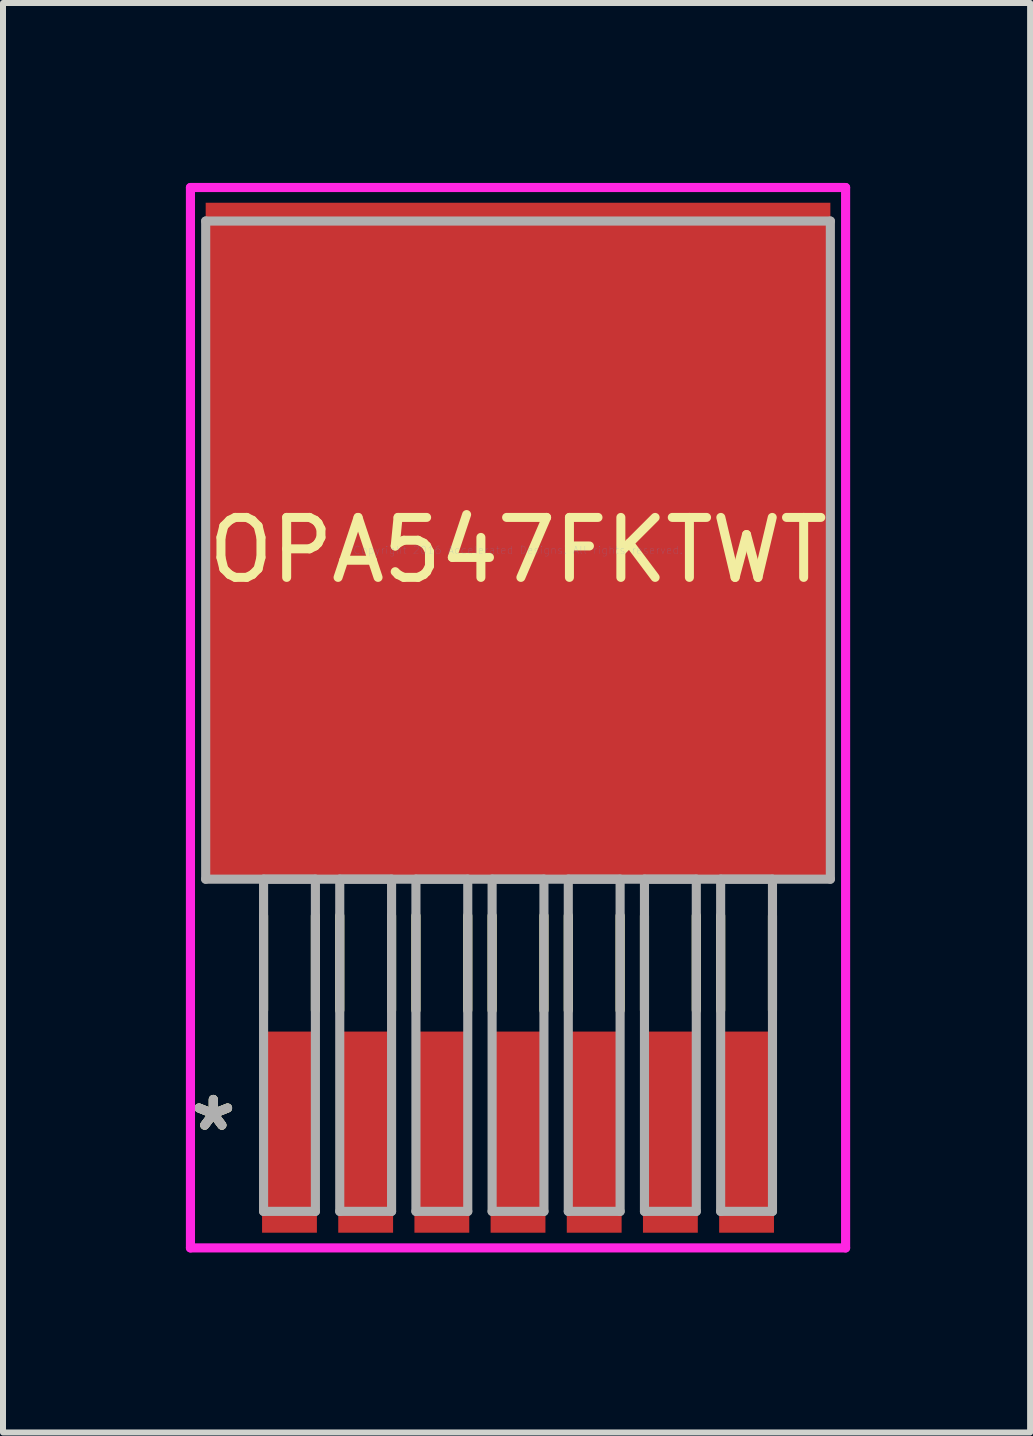
<source format=kicad_pcb>
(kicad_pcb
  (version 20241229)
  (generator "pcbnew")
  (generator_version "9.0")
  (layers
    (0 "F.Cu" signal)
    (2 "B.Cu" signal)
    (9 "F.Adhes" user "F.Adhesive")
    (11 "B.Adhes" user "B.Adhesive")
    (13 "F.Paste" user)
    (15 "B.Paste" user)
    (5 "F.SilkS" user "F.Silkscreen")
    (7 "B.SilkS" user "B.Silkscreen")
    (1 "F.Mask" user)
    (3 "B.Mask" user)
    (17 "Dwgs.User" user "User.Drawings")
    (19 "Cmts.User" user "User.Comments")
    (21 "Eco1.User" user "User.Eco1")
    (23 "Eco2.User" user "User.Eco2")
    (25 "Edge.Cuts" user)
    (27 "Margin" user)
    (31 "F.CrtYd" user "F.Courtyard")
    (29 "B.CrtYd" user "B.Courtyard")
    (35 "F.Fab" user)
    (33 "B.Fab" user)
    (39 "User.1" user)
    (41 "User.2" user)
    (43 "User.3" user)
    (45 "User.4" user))
  (footprint "OPA547FKTWT"
    (layer "F.Cu")
    (at 5.586 6.121)
    (property "Reference" "OPA547FKTWT" (at 0 0 0) (layer "F.SilkS") (effects (font (size 1 1) (thickness 0.15))))
    (attr through_hole)
    (fp_line (start -4.242 6.096) (end -4.242 7.671) (stroke (width 0.152) (type solid)) (layer "F.SilkS"))
    (fp_line (start -3.378 6.096) (end -3.378 7.671) (stroke (width 0.152) (type solid)) (layer "F.SilkS"))
    (fp_line (start -2.972 6.096) (end -2.972 7.671) (stroke (width 0.152) (type solid)) (layer "F.SilkS"))
    (fp_line (start -2.108 6.096) (end -2.108 7.671) (stroke (width 0.152) (type solid)) (layer "F.SilkS"))
    (fp_line (start -1.702 6.096) (end -1.702 7.671) (stroke (width 0.152) (type solid)) (layer "F.SilkS"))
    (fp_line (start -0.838 6.096) (end -0.838 7.671) (stroke (width 0.152) (type solid)) (layer "F.SilkS"))
    (fp_line (start -0.432 6.096) (end -0.432 7.671) (stroke (width 0.152) (type solid)) (layer "F.SilkS"))
    (fp_line (start 0.432 6.096) (end 0.432 7.671) (stroke (width 0.152) (type solid)) (layer "F.SilkS"))
    (fp_line (start 0.838 6.096) (end 0.838 7.671) (stroke (width 0.152) (type solid)) (layer "F.SilkS"))
    (fp_line (start 1.702 6.096) (end 1.702 7.671) (stroke (width 0.152) (type solid)) (layer "F.SilkS"))
    (fp_line (start 2.108 6.096) (end 2.108 7.671) (stroke (width 0.152) (type solid)) (layer "F.SilkS"))
    (fp_line (start 2.972 6.096) (end 2.972 7.671) (stroke (width 0.152) (type solid)) (layer "F.SilkS"))
    (fp_line (start 3.378 6.096) (end 3.378 7.671) (stroke (width 0.152) (type solid)) (layer "F.SilkS"))
    (fp_line (start 4.242 6.096) (end 4.242 7.671) (stroke (width 0.152) (type solid)) (layer "F.SilkS"))
    (fp_line (start -5.461 -6.045) (end 5.461 -6.045) (stroke (width 0.152) (type solid)) (layer "F.CrtYd"))
    (fp_line (start -5.461 11.633) (end -5.461 -6.045) (stroke (width 0.152) (type solid)) (layer "F.CrtYd"))
    (fp_line (start 5.461 -6.045) (end 5.461 11.633) (stroke (width 0.152) (type solid)) (layer "F.CrtYd"))
    (fp_line (start 5.461 11.633) (end -5.461 11.633) (stroke (width 0.152) (type solid)) (layer "F.CrtYd"))
    (fp_line (start -5.207 -5.486) (end -5.207 5.486) (stroke (width 0.152) (type solid)) (layer "F.Fab"))
    (fp_line (start -5.207 5.486) (end 5.207 5.486) (stroke (width 0.152) (type solid)) (layer "F.Fab"))
    (fp_line (start -4.242 5.486) (end -4.242 11.024) (stroke (width 0.152) (type solid)) (layer "F.Fab"))
    (fp_line (start -4.242 11.024) (end -3.378 11.024) (stroke (width 0.152) (type solid)) (layer "F.Fab"))
    (fp_line (start -3.378 5.486) (end -4.242 5.486) (stroke (width 0.152) (type solid)) (layer "F.Fab"))
    (fp_line (start -3.378 11.024) (end -3.378 5.486) (stroke (width 0.152) (type solid)) (layer "F.Fab"))
    (fp_line (start -2.972 5.486) (end -2.972 11.024) (stroke (width 0.152) (type solid)) (layer "F.Fab"))
    (fp_line (start -2.972 11.024) (end -2.108 11.024) (stroke (width 0.152) (type solid)) (layer "F.Fab"))
    (fp_line (start -2.108 5.486) (end -2.972 5.486) (stroke (width 0.152) (type solid)) (layer "F.Fab"))
    (fp_line (start -2.108 11.024) (end -2.108 5.486) (stroke (width 0.152) (type solid)) (layer "F.Fab"))
    (fp_line (start -1.702 5.486) (end -1.702 11.024) (stroke (width 0.152) (type solid)) (layer "F.Fab"))
    (fp_line (start -1.702 11.024) (end -0.838 11.024) (stroke (width 0.152) (type solid)) (layer "F.Fab"))
    (fp_line (start -0.838 5.486) (end -1.702 5.486) (stroke (width 0.152) (type solid)) (layer "F.Fab"))
    (fp_line (start -0.838 11.024) (end -0.838 5.486) (stroke (width 0.152) (type solid)) (layer "F.Fab"))
    (fp_line (start -0.432 5.486) (end -0.432 11.024) (stroke (width 0.152) (type solid)) (layer "F.Fab"))
    (fp_line (start -0.432 11.024) (end 0.432 11.024) (stroke (width 0.152) (type solid)) (layer "F.Fab"))
    (fp_line (start 0.432 5.486) (end -0.432 5.486) (stroke (width 0.152) (type solid)) (layer "F.Fab"))
    (fp_line (start 0.432 11.024) (end 0.432 5.486) (stroke (width 0.152) (type solid)) (layer "F.Fab"))
    (fp_line (start 0.838 5.486) (end 0.838 11.024) (stroke (width 0.152) (type solid)) (layer "F.Fab"))
    (fp_line (start 0.838 11.024) (end 1.702 11.024) (stroke (width 0.152) (type solid)) (layer "F.Fab"))
    (fp_line (start 1.702 5.486) (end 0.838 5.486) (stroke (width 0.152) (type solid)) (layer "F.Fab"))
    (fp_line (start 1.702 11.024) (end 1.702 5.486) (stroke (width 0.152) (type solid)) (layer "F.Fab"))
    (fp_line (start 2.108 5.486) (end 2.108 11.024) (stroke (width 0.152) (type solid)) (layer "F.Fab"))
    (fp_line (start 2.108 11.024) (end 2.972 11.024) (stroke (width 0.152) (type solid)) (layer "F.Fab"))
    (fp_line (start 2.972 5.486) (end 2.108 5.486) (stroke (width 0.152) (type solid)) (layer "F.Fab"))
    (fp_line (start 2.972 11.024) (end 2.972 5.486) (stroke (width 0.152) (type solid)) (layer "F.Fab"))
    (fp_line (start 3.378 5.486) (end 3.378 11.024) (stroke (width 0.152) (type solid)) (layer "F.Fab"))
    (fp_line (start 3.378 11.024) (end 4.242 11.024) (stroke (width 0.152) (type solid)) (layer "F.Fab"))
    (fp_line (start 4.242 5.486) (end 3.378 5.486) (stroke (width 0.152) (type solid)) (layer "F.Fab"))
    (fp_line (start 4.242 11.024) (end 4.242 5.486) (stroke (width 0.152) (type solid)) (layer "F.Fab"))
    (fp_line (start 5.207 -5.486) (end -5.207 -5.486) (stroke (width 0.152) (type solid)) (layer "F.Fab"))
    (fp_line (start 5.207 5.486) (end 5.207 -5.486) (stroke (width 0.152) (type solid)) (layer "F.Fab"))
    (fp_text user "*" (at -5.08 9.703 0) (layer "F.SilkS") (effects (font (size 1 1) (thickness 0.15))))
    (fp_text user "*" (at -5.08 9.703 0) (layer "F.SilkS") (effects (font (size 1 1) (thickness 0.15))))
    (fp_text user "Copyright 2016 Accelerated Designs. All rights reserved." (at 0 0 0) (layer "Cmts.User") (effects (font (size 0.127 0.127) (thickness 0.002))))
    (fp_text user "*" (at -5.08 9.703 0) (layer "F.Fab") (effects (font (size 1 1) (thickness 0.15))))
    (fp_text user "*" (at -5.08 9.703 0) (layer "F.Fab") (effects (font (size 1 1) (thickness 0.15))))
    (pad "1" smd rect (at -3.81 9.703) (size 0.914 3.353) (layers "F.Cu" "F.Mask" "F.Paste"))
    (pad "2" smd rect (at -2.54 9.703) (size 0.914 3.353) (layers "F.Cu" "F.Mask" "F.Paste"))
    (pad "3" smd rect (at -1.27 9.703) (size 0.914 3.353) (layers "F.Cu" "F.Mask" "F.Paste"))
    (pad "4" smd rect (at 0 9.703) (size 0.914 3.353) (layers "F.Cu" "F.Mask" "F.Paste"))
    (pad "5" smd rect (at 1.27 9.703) (size 0.914 3.353) (layers "F.Cu" "F.Mask" "F.Paste"))
    (pad "6" smd rect (at 2.54 9.703) (size 0.914 3.353) (layers "F.Cu" "F.Mask" "F.Paste"))
    (pad "7" smd rect (at 3.81 9.703) (size 0.914 3.353) (layers "F.Cu" "F.Mask" "F.Paste"))
    (pad "8" smd rect (at 0 -0.152) (size 10.414 11.278) (layers "F.Cu" "F.Mask" "F.Paste")))
  (gr_rect
    (start -3 -3)
    (end 14.123 20.831)
    (stroke (width 0.1) (type default))
    (fill no)
    (layer "Edge.Cuts")))
</source>
